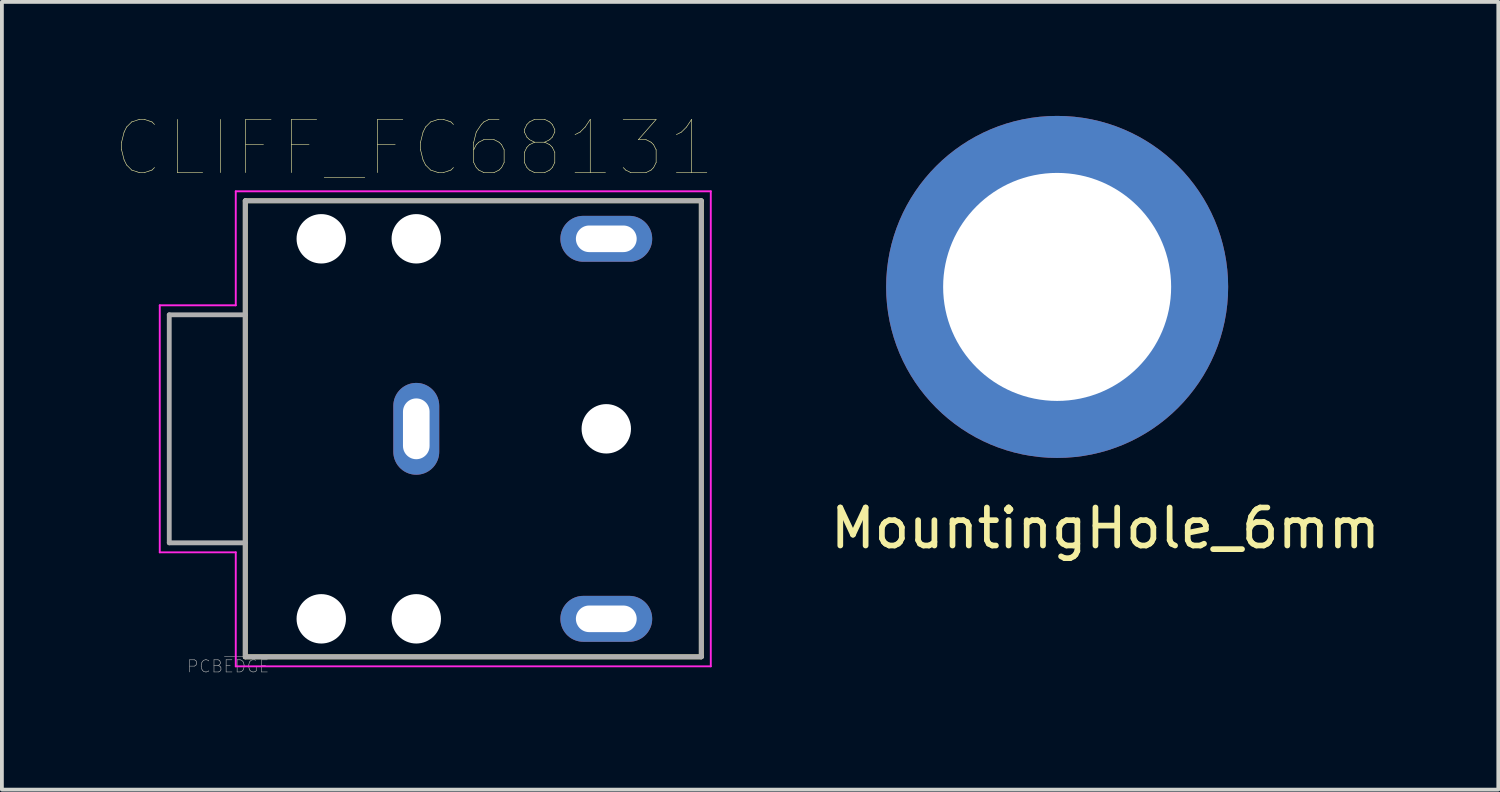
<source format=kicad_pcb>
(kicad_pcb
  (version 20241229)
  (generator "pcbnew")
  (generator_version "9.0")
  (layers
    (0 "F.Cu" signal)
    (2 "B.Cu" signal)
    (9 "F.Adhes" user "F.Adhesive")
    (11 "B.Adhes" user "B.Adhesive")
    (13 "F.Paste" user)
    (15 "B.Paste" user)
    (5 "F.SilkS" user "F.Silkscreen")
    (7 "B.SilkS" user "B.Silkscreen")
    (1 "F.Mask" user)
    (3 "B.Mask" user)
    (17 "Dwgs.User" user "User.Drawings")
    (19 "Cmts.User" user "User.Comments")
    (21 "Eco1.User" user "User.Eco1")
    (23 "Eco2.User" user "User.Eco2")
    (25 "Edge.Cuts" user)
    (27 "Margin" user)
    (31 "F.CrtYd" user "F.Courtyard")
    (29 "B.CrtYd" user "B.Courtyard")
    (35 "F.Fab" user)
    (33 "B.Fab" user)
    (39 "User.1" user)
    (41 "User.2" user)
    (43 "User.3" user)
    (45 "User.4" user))
  (footprint "CLIFF_FC68131"
    (layer "F.Cu")
    (at 7.904 8.234)
    (property "Reference" "CLIFF_FC68131" (at -0.055 -7.389 0) (layer "F.SilkS") (effects (font (size 1.4 1.4) (thickness 0.015))))
    (attr through_hole)
    (fp_line (start -4.5 -6) (end 7.5 -6) (stroke (width 0.127) (type solid)) (layer "F.SilkS"))
    (fp_line (start -4.5 6) (end -4.5 -6) (stroke (width 0.127) (type solid)) (layer "F.SilkS"))
    (fp_line (start 7.5 -6) (end 7.5 6) (stroke (width 0.127) (type solid)) (layer "F.SilkS"))
    (fp_line (start 7.5 6) (end -4.5 6) (stroke (width 0.127) (type solid)) (layer "F.SilkS"))
    (fp_line (start -6.75 -3.25) (end -6.75 3.25) (stroke (width 0.05) (type solid)) (layer "F.CrtYd"))
    (fp_line (start -6.75 3.25) (end -4.75 3.25) (stroke (width 0.05) (type solid)) (layer "F.CrtYd"))
    (fp_line (start -4.75 -6.25) (end -4.75 -3.25) (stroke (width 0.05) (type solid)) (layer "F.CrtYd"))
    (fp_line (start -4.75 -3.25) (end -6.75 -3.25) (stroke (width 0.05) (type solid)) (layer "F.CrtYd"))
    (fp_line (start -4.75 3.25) (end -4.75 6.25) (stroke (width 0.05) (type solid)) (layer "F.CrtYd"))
    (fp_line (start -4.75 6.25) (end 7.75 6.25) (stroke (width 0.05) (type solid)) (layer "F.CrtYd"))
    (fp_line (start 7.75 -6.25) (end -4.75 -6.25) (stroke (width 0.05) (type solid)) (layer "F.CrtYd"))
    (fp_line (start 7.75 6.25) (end 7.75 -6.25) (stroke (width 0.05) (type solid)) (layer "F.CrtYd"))
    (fp_line (start -6.5 -3) (end -6.5 3) (stroke (width 0.127) (type solid)) (layer "F.Fab"))
    (fp_line (start -6.5 3) (end -4.5 3) (stroke (width 0.127) (type solid)) (layer "F.Fab"))
    (fp_line (start -4.5 -6) (end 7.5 -6) (stroke (width 0.127) (type solid)) (layer "F.Fab"))
    (fp_line (start -4.5 -3) (end -6.5 -3) (stroke (width 0.127) (type solid)) (layer "F.Fab"))
    (fp_line (start -4.5 -3) (end -4.5 -6) (stroke (width 0.127) (type solid)) (layer "F.Fab"))
    (fp_line (start -4.5 3) (end -4.5 -3) (stroke (width 0.127) (type solid)) (layer "F.Fab"))
    (fp_line (start -4.5 6) (end -4.5 3) (stroke (width 0.127) (type solid)) (layer "F.Fab"))
    (fp_line (start 7.5 -6) (end 7.5 6) (stroke (width 0.127) (type solid)) (layer "F.Fab"))
    (fp_line (start 7.5 6) (end -4.5 6) (stroke (width 0.127) (type solid)) (layer "F.Fab"))
    (fp_text user "PCB~{EDGE}" (at -4.95 6.25 0) (layer "F.Fab") (effects (font (size 0.32 0.32) (thickness 0.015))))
    (pad "" np_thru_hole circle (at -2.5 -5) (size 1.3 1.3) (drill 1.3) (layers "*.Cu" "*.Mask"))
    (pad "" np_thru_hole circle (at -2.5 5) (size 1.3 1.3) (drill 1.3) (layers "*.Cu" "*.Mask"))
    (pad "" np_thru_hole circle (at 0 -5) (size 1.3 1.3) (drill 1.3) (layers "*.Cu" "*.Mask"))
    (pad "" np_thru_hole circle (at 0 5) (size 1.3 1.3) (drill 1.3) (layers "*.Cu" "*.Mask"))
    (pad "" np_thru_hole circle (at 5 0) (size 1.3 1.3) (drill 1.3) (layers "*.Cu" "*.Mask"))
    (pad "1" thru_hole oval (at 0 0) (size 1.208 2.416) (drill oval 0.7 1.6) (layers "*.Cu" "*.Mask"))
    (pad "2" thru_hole oval (at 5 -5) (size 2.416 1.208) (drill oval 1.6 0.7) (layers "*.Cu" "*.Mask"))
    (pad "5" thru_hole oval (at 5 5) (size 2.416 1.208) (drill oval 1.6 0.7) (layers "*.Cu" "*.Mask")))
  (footprint "MountingHole_6mm"
    (layer "F.Cu")
    (at 24.768 4.5)
    (property "Reference" "MountingHole_6mm" (at 1.27 6.35 0) (layer "F.SilkS") (effects (font (size 1 1) (thickness 0.15))))
    (attr through_hole)
    (pad "1" thru_hole circle (at 0 0) (size 9 9) (drill 6) (layers "*.Cu" "*.Mask")))
  (gr_rect
    (start -3 -3)
    (end 36.377 17.728)
    (stroke (width 0.1) (type default))
    (fill no)
    (layer "Edge.Cuts")))
</source>
